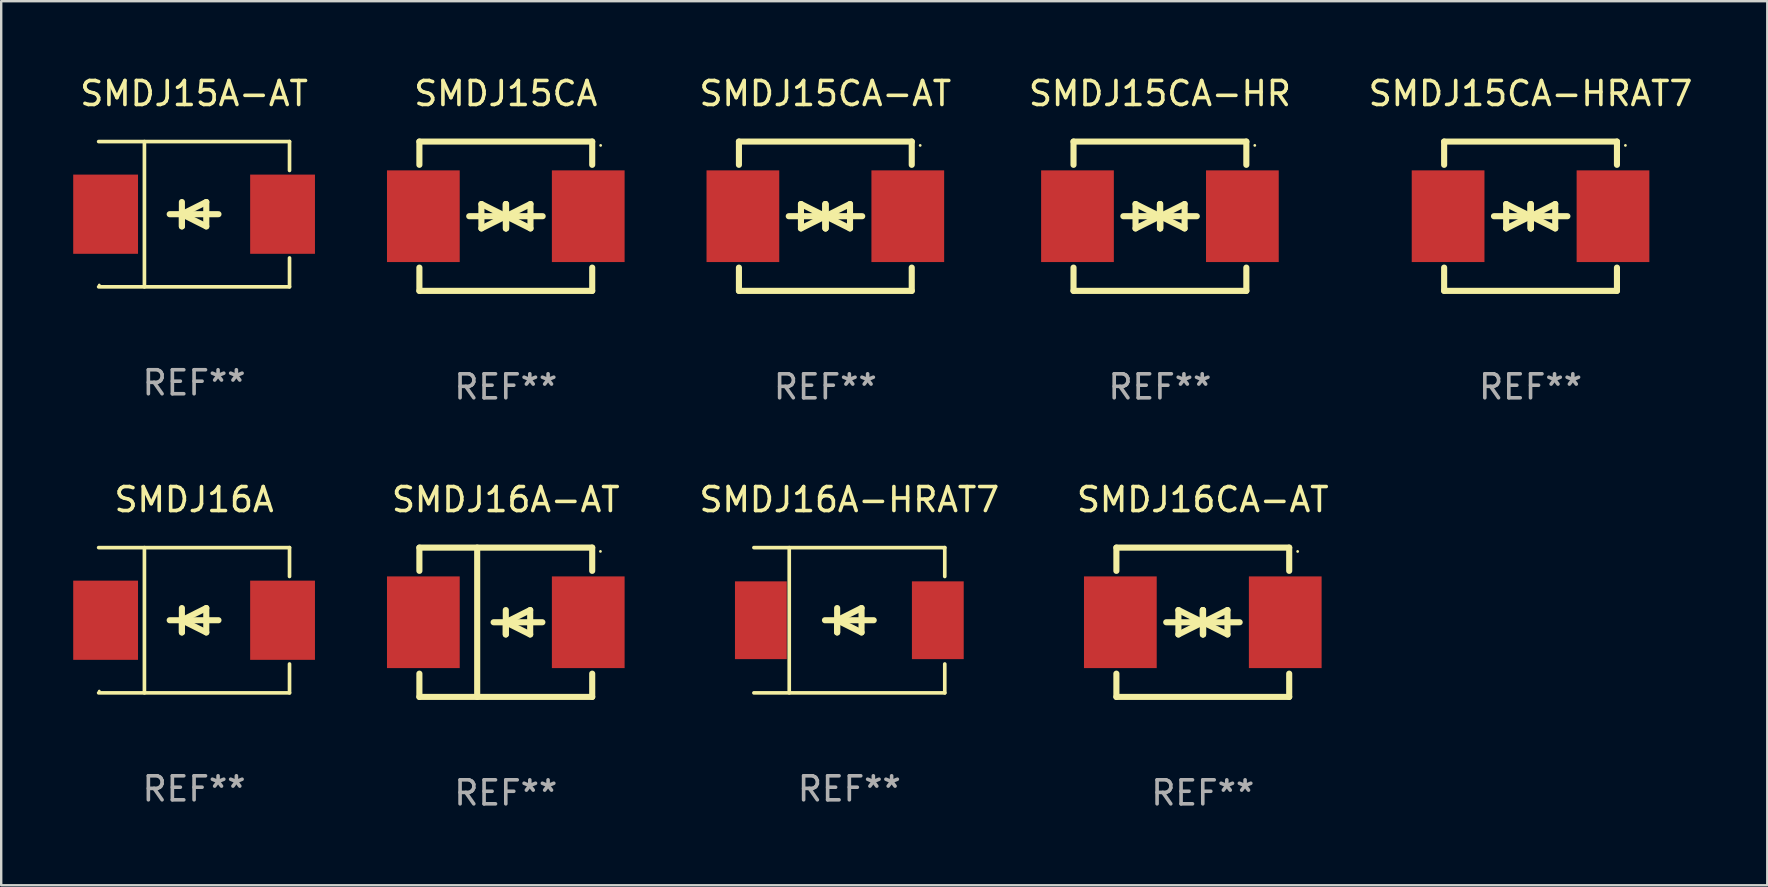
<source format=kicad_pcb>
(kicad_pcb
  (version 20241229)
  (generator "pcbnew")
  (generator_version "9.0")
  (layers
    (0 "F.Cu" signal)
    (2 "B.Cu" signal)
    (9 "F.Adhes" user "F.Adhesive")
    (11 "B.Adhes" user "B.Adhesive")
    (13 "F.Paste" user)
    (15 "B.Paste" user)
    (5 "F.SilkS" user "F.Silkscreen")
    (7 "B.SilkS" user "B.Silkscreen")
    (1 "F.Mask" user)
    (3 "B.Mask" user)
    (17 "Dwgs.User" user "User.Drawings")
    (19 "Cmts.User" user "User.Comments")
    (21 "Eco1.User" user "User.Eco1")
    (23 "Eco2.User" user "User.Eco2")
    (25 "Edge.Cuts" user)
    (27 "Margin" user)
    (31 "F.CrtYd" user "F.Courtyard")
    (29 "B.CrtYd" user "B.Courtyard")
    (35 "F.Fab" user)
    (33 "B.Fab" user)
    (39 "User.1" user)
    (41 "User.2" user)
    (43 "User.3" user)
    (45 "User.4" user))
  (footprint "SMDJ15CA"
    (layer "F.Cu")
    (at 18.023 5.958)
    (property "Reference" "SMDJ15CA" (at 0 -5.11 0) (layer "F.SilkS") (effects (font (size 1 1) (thickness 0.15))))
    (attr through_hole)
    (fp_line (start -3.6 -2.141) (end -3.6 -3.11) (stroke (width 0.254) (type solid)) (layer "F.SilkS"))
    (fp_line (start -3.6 3.11) (end -3.6 2.141) (stroke (width 0.254) (type solid)) (layer "F.SilkS"))
    (fp_line (start -1.524 0) (end 0.508 0) (stroke (width 0.254) (type solid)) (layer "F.SilkS"))
    (fp_line (start -1.016 -0.508) (end -1.016 0.508) (stroke (width 0.254) (type solid)) (layer "F.SilkS"))
    (fp_line (start -1.016 0.508) (end 0 0) (stroke (width 0.254) (type solid)) (layer "F.SilkS"))
    (fp_line (start 0 -0.508) (end 0 0.508) (stroke (width 0.254) (type solid)) (layer "F.SilkS"))
    (fp_line (start 0 0) (end -1.016 -0.508) (stroke (width 0.254) (type solid)) (layer "F.SilkS"))
    (fp_line (start 0 0) (end 0 -0.508) (stroke (width 0.254) (type solid)) (layer "F.SilkS"))
    (fp_line (start 0.012 0) (end 0.012 0.508) (stroke (width 0.254) (type solid)) (layer "F.SilkS"))
    (fp_line (start 0.012 0) (end 1.028 0.508) (stroke (width 0.254) (type solid)) (layer "F.SilkS"))
    (fp_line (start 0.012 0.508) (end 0.012 -0.508) (stroke (width 0.254) (type solid)) (layer "F.SilkS"))
    (fp_line (start 1.028 -0.508) (end 0.012 0) (stroke (width 0.254) (type solid)) (layer "F.SilkS"))
    (fp_line (start 1.028 0.508) (end 1.028 -0.508) (stroke (width 0.254) (type solid)) (layer "F.SilkS"))
    (fp_line (start 1.536 0) (end -0.496 0) (stroke (width 0.254) (type solid)) (layer "F.SilkS"))
    (fp_line (start 3.6 -3.11) (end -3.6 -3.11) (stroke (width 0.254) (type solid)) (layer "F.SilkS"))
    (fp_line (start 3.6 -2.141) (end 3.6 -3.11) (stroke (width 0.254) (type solid)) (layer "F.SilkS"))
    (fp_line (start 3.6 3.11) (end -3.6 3.11) (stroke (width 0.254) (type solid)) (layer "F.SilkS"))
    (fp_line (start 3.6 3.11) (end 3.6 2.141) (stroke (width 0.254) (type solid)) (layer "F.SilkS"))
    (fp_circle (center 3.952 -2.95) (end 3.982 -2.95) (stroke (width 0.06) (type solid)) (fill no) (layer "F.SilkS"))
    (fp_text user "REF**" (at 0 7.11 0) (layer "F.Fab") (effects (font (size 1 1) (thickness 0.15))))
    (pad "1" smd rect (at 3.435 0) (size 3.03 3.82) (layers "F.Cu" "F.Mask" "F.Paste"))
    (pad "2" smd rect (at -3.435 0) (size 3.03 3.82) (layers "F.Cu" "F.Mask" "F.Paste")))
  (footprint "SMDJ16CA-AT"
    (layer "F.Cu")
    (at 47.062 22.875)
    (property "Reference" "SMDJ16CA-AT" (at 0 -5.11 0) (layer "F.SilkS") (effects (font (size 1 1) (thickness 0.15))))
    (attr through_hole)
    (fp_line (start -3.6 -2.141) (end -3.6 -3.11) (stroke (width 0.254) (type solid)) (layer "F.SilkS"))
    (fp_line (start -3.6 3.11) (end -3.6 2.141) (stroke (width 0.254) (type solid)) (layer "F.SilkS"))
    (fp_line (start -1.524 0) (end 0.508 0) (stroke (width 0.254) (type solid)) (layer "F.SilkS"))
    (fp_line (start -1.016 -0.508) (end -1.016 0.508) (stroke (width 0.254) (type solid)) (layer "F.SilkS"))
    (fp_line (start -1.016 0.508) (end 0 0) (stroke (width 0.254) (type solid)) (layer "F.SilkS"))
    (fp_line (start 0 -0.508) (end 0 0.508) (stroke (width 0.254) (type solid)) (layer "F.SilkS"))
    (fp_line (start 0 0) (end -1.016 -0.508) (stroke (width 0.254) (type solid)) (layer "F.SilkS"))
    (fp_line (start 0 0) (end 0 -0.508) (stroke (width 0.254) (type solid)) (layer "F.SilkS"))
    (fp_line (start 0.012 0) (end 0.012 0.508) (stroke (width 0.254) (type solid)) (layer "F.SilkS"))
    (fp_line (start 0.012 0) (end 1.028 0.508) (stroke (width 0.254) (type solid)) (layer "F.SilkS"))
    (fp_line (start 0.012 0.508) (end 0.012 -0.508) (stroke (width 0.254) (type solid)) (layer "F.SilkS"))
    (fp_line (start 1.028 -0.508) (end 0.012 0) (stroke (width 0.254) (type solid)) (layer "F.SilkS"))
    (fp_line (start 1.028 0.508) (end 1.028 -0.508) (stroke (width 0.254) (type solid)) (layer "F.SilkS"))
    (fp_line (start 1.536 0) (end -0.496 0) (stroke (width 0.254) (type solid)) (layer "F.SilkS"))
    (fp_line (start 3.6 -3.11) (end -3.6 -3.11) (stroke (width 0.254) (type solid)) (layer "F.SilkS"))
    (fp_line (start 3.6 -2.141) (end 3.6 -3.11) (stroke (width 0.254) (type solid)) (layer "F.SilkS"))
    (fp_line (start 3.6 3.11) (end -3.6 3.11) (stroke (width 0.254) (type solid)) (layer "F.SilkS"))
    (fp_line (start 3.6 3.11) (end 3.6 2.141) (stroke (width 0.254) (type solid)) (layer "F.SilkS"))
    (fp_circle (center 3.952 -2.95) (end 3.982 -2.95) (stroke (width 0.06) (type solid)) (fill no) (layer "F.SilkS"))
    (fp_text user "REF**" (at 0 7.11 0) (layer "F.Fab") (effects (font (size 1 1) (thickness 0.15))))
    (pad "1" smd rect (at 3.435 0) (size 3.03 3.82) (layers "F.Cu" "F.Mask" "F.Paste"))
    (pad "2" smd rect (at -3.435 0) (size 3.03 3.82) (layers "F.Cu" "F.Mask" "F.Paste")))
  (footprint "SMDJ16A-HRAT7"
    (layer "F.Cu")
    (at 32.336 22.791)
    (property "Reference" "SMDJ16A-HRAT7" (at 0 -5.026 0) (layer "F.SilkS") (effects (font (size 1 1) (thickness 0.15))))
    (attr through_hole)
    (fp_line (start -3.976 -3.026) (end 3.976 -3.026) (stroke (width 0.152) (type solid)) (layer "F.SilkS"))
    (fp_line (start -3.976 3.026) (end 3.976 3.026) (stroke (width 0.152) (type solid)) (layer "F.SilkS"))
    (fp_line (start -2.504 -3.026) (end -2.504 3.026) (stroke (width 0.152) (type solid)) (layer "F.SilkS"))
    (fp_line (start -0.508 0) (end -0.508 0.508) (stroke (width 0.254) (type solid)) (layer "F.SilkS"))
    (fp_line (start -0.508 0) (end 0.508 0.508) (stroke (width 0.254) (type solid)) (layer "F.SilkS"))
    (fp_line (start -0.508 0.508) (end -0.508 -0.508) (stroke (width 0.254) (type solid)) (layer "F.SilkS"))
    (fp_line (start 0.508 -0.508) (end -0.508 0) (stroke (width 0.254) (type solid)) (layer "F.SilkS"))
    (fp_line (start 0.508 0.508) (end 0.508 -0.508) (stroke (width 0.254) (type solid)) (layer "F.SilkS"))
    (fp_line (start 1.016 0) (end -1.016 0) (stroke (width 0.254) (type solid)) (layer "F.SilkS"))
    (fp_line (start 3.976 -3.026) (end 3.976 -1.823) (stroke (width 0.152) (type solid)) (layer "F.SilkS"))
    (fp_line (start 3.976 3.026) (end 3.976 1.823) (stroke (width 0.152) (type solid)) (layer "F.SilkS"))
    (fp_circle (center 3.95 -2.95) (end 3.98 -2.95) (stroke (width 0.06) (type solid)) (fill no) (layer "F.SilkS"))
    (fp_text user "REF**" (at 0 7.026 0) (layer "F.Fab") (effects (font (size 1 1) (thickness 0.15))))
    (pad "1" smd rect (at 3.686 0 180) (size 2.158 3.24) (layers "F.Cu" "F.Mask" "F.Paste"))
    (pad "2" smd rect (at -3.686 0 180) (size 2.158 3.24) (layers "F.Cu" "F.Mask" "F.Paste")))
  (footprint "SMDJ16A-AT"
    (layer "F.Cu")
    (at 18.023 22.875)
    (property "Reference" "SMDJ16A-AT" (at 0 -5.11 0) (layer "F.SilkS") (effects (font (size 1 1) (thickness 0.15))))
    (attr through_hole)
    (fp_line (start -3.6 -3.11) (end -3.6 -2.141) (stroke (width 0.254) (type solid)) (layer "F.SilkS"))
    (fp_line (start -3.6 -3.11) (end 3.6 -3.11) (stroke (width 0.254) (type solid)) (layer "F.SilkS"))
    (fp_line (start -3.6 2.141) (end -3.6 3.11) (stroke (width 0.254) (type solid)) (layer "F.SilkS"))
    (fp_line (start -3.6 3.11) (end 3.6 3.11) (stroke (width 0.254) (type solid)) (layer "F.SilkS"))
    (fp_line (start -1.192 -3.11) (end -1.192 3.11) (stroke (width 0.254) (type solid)) (layer "F.SilkS"))
    (fp_line (start 0 0) (end 0 0.508) (stroke (width 0.254) (type solid)) (layer "F.SilkS"))
    (fp_line (start 0 0) (end 1.016 0.508) (stroke (width 0.254) (type solid)) (layer "F.SilkS"))
    (fp_line (start 0 0.508) (end 0 -0.508) (stroke (width 0.254) (type solid)) (layer "F.SilkS"))
    (fp_line (start 1.016 -0.508) (end 0 0) (stroke (width 0.254) (type solid)) (layer "F.SilkS"))
    (fp_line (start 1.016 0.508) (end 1.016 -0.508) (stroke (width 0.254) (type solid)) (layer "F.SilkS"))
    (fp_line (start 1.524 0) (end -0.508 0) (stroke (width 0.254) (type solid)) (layer "F.SilkS"))
    (fp_line (start 3.6 -3.11) (end 3.6 -2.141) (stroke (width 0.254) (type solid)) (layer "F.SilkS"))
    (fp_line (start 3.6 2.141) (end 3.6 3.11) (stroke (width 0.254) (type solid)) (layer "F.SilkS"))
    (fp_circle (center 3.943 -2.952) (end 3.973 -2.952) (stroke (width 0.06) (type solid)) (fill no) (layer "F.SilkS"))
    (fp_text user "REF**" (at 0 7.11 0) (layer "F.Fab") (effects (font (size 1 1) (thickness 0.15))))
    (pad "1" smd rect (at 3.435 0 180) (size 3.03 3.82) (layers "F.Cu" "F.Mask" "F.Paste"))
    (pad "2" smd rect (at -3.435 0 180) (size 3.03 3.82) (layers "F.Cu" "F.Mask" "F.Paste")))
  (footprint "SMDJ15CA-AT"
    (layer "F.Cu")
    (at 31.336 5.958)
    (property "Reference" "SMDJ15CA-AT" (at 0 -5.11 0) (layer "F.SilkS") (effects (font (size 1 1) (thickness 0.15))))
    (attr through_hole)
    (fp_line (start -3.6 -2.141) (end -3.6 -3.11) (stroke (width 0.254) (type solid)) (layer "F.SilkS"))
    (fp_line (start -3.6 3.11) (end -3.6 2.141) (stroke (width 0.254) (type solid)) (layer "F.SilkS"))
    (fp_line (start -1.524 0) (end 0.508 0) (stroke (width 0.254) (type solid)) (layer "F.SilkS"))
    (fp_line (start -1.016 -0.508) (end -1.016 0.508) (stroke (width 0.254) (type solid)) (layer "F.SilkS"))
    (fp_line (start -1.016 0.508) (end 0 0) (stroke (width 0.254) (type solid)) (layer "F.SilkS"))
    (fp_line (start 0 -0.508) (end 0 0.508) (stroke (width 0.254) (type solid)) (layer "F.SilkS"))
    (fp_line (start 0 0) (end -1.016 -0.508) (stroke (width 0.254) (type solid)) (layer "F.SilkS"))
    (fp_line (start 0 0) (end 0 -0.508) (stroke (width 0.254) (type solid)) (layer "F.SilkS"))
    (fp_line (start 0.012 0) (end 0.012 0.508) (stroke (width 0.254) (type solid)) (layer "F.SilkS"))
    (fp_line (start 0.012 0) (end 1.028 0.508) (stroke (width 0.254) (type solid)) (layer "F.SilkS"))
    (fp_line (start 0.012 0.508) (end 0.012 -0.508) (stroke (width 0.254) (type solid)) (layer "F.SilkS"))
    (fp_line (start 1.028 -0.508) (end 0.012 0) (stroke (width 0.254) (type solid)) (layer "F.SilkS"))
    (fp_line (start 1.028 0.508) (end 1.028 -0.508) (stroke (width 0.254) (type solid)) (layer "F.SilkS"))
    (fp_line (start 1.536 0) (end -0.496 0) (stroke (width 0.254) (type solid)) (layer "F.SilkS"))
    (fp_line (start 3.6 -3.11) (end -3.6 -3.11) (stroke (width 0.254) (type solid)) (layer "F.SilkS"))
    (fp_line (start 3.6 -2.141) (end 3.6 -3.11) (stroke (width 0.254) (type solid)) (layer "F.SilkS"))
    (fp_line (start 3.6 3.11) (end -3.6 3.11) (stroke (width 0.254) (type solid)) (layer "F.SilkS"))
    (fp_line (start 3.6 3.11) (end 3.6 2.141) (stroke (width 0.254) (type solid)) (layer "F.SilkS"))
    (fp_circle (center 3.952 -2.95) (end 3.982 -2.95) (stroke (width 0.06) (type solid)) (fill no) (layer "F.SilkS"))
    (fp_text user "REF**" (at 0 7.11 0) (layer "F.Fab") (effects (font (size 1 1) (thickness 0.15))))
    (pad "1" smd rect (at 3.435 0) (size 3.03 3.82) (layers "F.Cu" "F.Mask" "F.Paste"))
    (pad "2" smd rect (at -3.435 0) (size 3.03 3.82) (layers "F.Cu" "F.Mask" "F.Paste")))
  (footprint "SMDJ15CA-HRAT7"
    (layer "F.Cu")
    (at 60.717 5.958)
    (property "Reference" "SMDJ15CA-HRAT7" (at 0 -5.11 0) (layer "F.SilkS") (effects (font (size 1 1) (thickness 0.15))))
    (attr through_hole)
    (fp_line (start -3.6 -2.141) (end -3.6 -3.11) (stroke (width 0.254) (type solid)) (layer "F.SilkS"))
    (fp_line (start -3.6 3.11) (end -3.6 2.141) (stroke (width 0.254) (type solid)) (layer "F.SilkS"))
    (fp_line (start -1.524 0) (end 0.508 0) (stroke (width 0.254) (type solid)) (layer "F.SilkS"))
    (fp_line (start -1.016 -0.508) (end -1.016 0.508) (stroke (width 0.254) (type solid)) (layer "F.SilkS"))
    (fp_line (start -1.016 0.508) (end 0 0) (stroke (width 0.254) (type solid)) (layer "F.SilkS"))
    (fp_line (start 0 -0.508) (end 0 0.508) (stroke (width 0.254) (type solid)) (layer "F.SilkS"))
    (fp_line (start 0 0) (end -1.016 -0.508) (stroke (width 0.254) (type solid)) (layer "F.SilkS"))
    (fp_line (start 0 0) (end 0 -0.508) (stroke (width 0.254) (type solid)) (layer "F.SilkS"))
    (fp_line (start 0.012 0) (end 0.012 0.508) (stroke (width 0.254) (type solid)) (layer "F.SilkS"))
    (fp_line (start 0.012 0) (end 1.028 0.508) (stroke (width 0.254) (type solid)) (layer "F.SilkS"))
    (fp_line (start 0.012 0.508) (end 0.012 -0.508) (stroke (width 0.254) (type solid)) (layer "F.SilkS"))
    (fp_line (start 1.028 -0.508) (end 0.012 0) (stroke (width 0.254) (type solid)) (layer "F.SilkS"))
    (fp_line (start 1.028 0.508) (end 1.028 -0.508) (stroke (width 0.254) (type solid)) (layer "F.SilkS"))
    (fp_line (start 1.536 0) (end -0.496 0) (stroke (width 0.254) (type solid)) (layer "F.SilkS"))
    (fp_line (start 3.6 -3.11) (end -3.6 -3.11) (stroke (width 0.254) (type solid)) (layer "F.SilkS"))
    (fp_line (start 3.6 -2.141) (end 3.6 -3.11) (stroke (width 0.254) (type solid)) (layer "F.SilkS"))
    (fp_line (start 3.6 3.11) (end -3.6 3.11) (stroke (width 0.254) (type solid)) (layer "F.SilkS"))
    (fp_line (start 3.6 3.11) (end 3.6 2.141) (stroke (width 0.254) (type solid)) (layer "F.SilkS"))
    (fp_circle (center 3.952 -2.95) (end 3.982 -2.95) (stroke (width 0.06) (type solid)) (fill no) (layer "F.SilkS"))
    (fp_text user "REF**" (at 0 7.11 0) (layer "F.Fab") (effects (font (size 1 1) (thickness 0.15))))
    (pad "1" smd rect (at 3.435 0) (size 3.03 3.82) (layers "F.Cu" "F.Mask" "F.Paste"))
    (pad "2" smd rect (at -3.435 0) (size 3.03 3.82) (layers "F.Cu" "F.Mask" "F.Paste")))
  (footprint "SMDJ16A"
    (layer "F.Cu")
    (at 5.036 22.791)
    (property "Reference" "SMDJ16A" (at 0 -5.026 0) (layer "F.SilkS") (effects (font (size 1 1) (thickness 0.15))))
    (attr through_hole)
    (fp_line (start -3.976 -3.026) (end 3.976 -3.026) (stroke (width 0.152) (type solid)) (layer "F.SilkS"))
    (fp_line (start -3.976 3.026) (end 3.976 3.026) (stroke (width 0.152) (type solid)) (layer "F.SilkS"))
    (fp_line (start -2.069 -3.026) (end -2.069 3.026) (stroke (width 0.152) (type solid)) (layer "F.SilkS"))
    (fp_line (start -0.508 0) (end -0.508 0.508) (stroke (width 0.254) (type solid)) (layer "F.SilkS"))
    (fp_line (start -0.508 0) (end 0.508 0.508) (stroke (width 0.254) (type solid)) (layer "F.SilkS"))
    (fp_line (start -0.508 0.508) (end -0.508 -0.508) (stroke (width 0.254) (type solid)) (layer "F.SilkS"))
    (fp_line (start 0.508 -0.508) (end -0.508 0) (stroke (width 0.254) (type solid)) (layer "F.SilkS"))
    (fp_line (start 0.508 0.508) (end 0.508 -0.508) (stroke (width 0.254) (type solid)) (layer "F.SilkS"))
    (fp_line (start 1.016 0) (end -1.016 0) (stroke (width 0.254) (type solid)) (layer "F.SilkS"))
    (fp_line (start 3.976 -3.026) (end 3.976 -1.823) (stroke (width 0.152) (type solid)) (layer "F.SilkS"))
    (fp_line (start 3.976 3.026) (end 3.976 1.823) (stroke (width 0.152) (type solid)) (layer "F.SilkS"))
    (fp_circle (center -3.95 2.95) (end -3.92 2.95) (stroke (width 0.06) (type solid)) (fill no) (layer "F.SilkS"))
    (fp_text user "REF**" (at 0 7.026 0) (layer "F.Fab") (effects (font (size 1 1) (thickness 0.15))))
    (pad "1" smd rect (at -3.686 0) (size 2.7 3.3) (layers "F.Cu" "F.Mask" "F.Paste"))
    (pad "2" smd rect (at 3.686 0) (size 2.7 3.3) (layers "F.Cu" "F.Mask" "F.Paste")))
  (footprint "SMDJ15A-AT"
    (layer "F.Cu")
    (at 5.036 5.874)
    (property "Reference" "SMDJ15A-AT" (at 0 -5.026 0) (layer "F.SilkS") (effects (font (size 1 1) (thickness 0.15))))
    (attr through_hole)
    (fp_line (start -3.976 -3.026) (end 3.976 -3.026) (stroke (width 0.152) (type solid)) (layer "F.SilkS"))
    (fp_line (start -3.976 3.026) (end 3.976 3.026) (stroke (width 0.152) (type solid)) (layer "F.SilkS"))
    (fp_line (start -2.069 -3.026) (end -2.069 3.026) (stroke (width 0.152) (type solid)) (layer "F.SilkS"))
    (fp_line (start -0.508 0) (end -0.508 0.508) (stroke (width 0.254) (type solid)) (layer "F.SilkS"))
    (fp_line (start -0.508 0) (end 0.508 0.508) (stroke (width 0.254) (type solid)) (layer "F.SilkS"))
    (fp_line (start -0.508 0.508) (end -0.508 -0.508) (stroke (width 0.254) (type solid)) (layer "F.SilkS"))
    (fp_line (start 0.508 -0.508) (end -0.508 0) (stroke (width 0.254) (type solid)) (layer "F.SilkS"))
    (fp_line (start 0.508 0.508) (end 0.508 -0.508) (stroke (width 0.254) (type solid)) (layer "F.SilkS"))
    (fp_line (start 1.016 0) (end -1.016 0) (stroke (width 0.254) (type solid)) (layer "F.SilkS"))
    (fp_line (start 3.976 -3.026) (end 3.976 -1.823) (stroke (width 0.152) (type solid)) (layer "F.SilkS"))
    (fp_line (start 3.976 3.026) (end 3.976 1.823) (stroke (width 0.152) (type solid)) (layer "F.SilkS"))
    (fp_circle (center -3.95 2.95) (end -3.92 2.95) (stroke (width 0.06) (type solid)) (fill no) (layer "F.SilkS"))
    (fp_text user "REF**" (at 0 7.026 0) (layer "F.Fab") (effects (font (size 1 1) (thickness 0.15))))
    (pad "1" smd rect (at -3.686 0) (size 2.7 3.3) (layers "F.Cu" "F.Mask" "F.Paste"))
    (pad "2" smd rect (at 3.686 0) (size 2.7 3.3) (layers "F.Cu" "F.Mask" "F.Paste")))
  (footprint "SMDJ15CA-HR"
    (layer "F.Cu")
    (at 45.276 5.958)
    (property "Reference" "SMDJ15CA-HR" (at 0 -5.11 0) (layer "F.SilkS") (effects (font (size 1 1) (thickness 0.15))))
    (attr through_hole)
    (fp_line (start -3.6 -2.141) (end -3.6 -3.11) (stroke (width 0.254) (type solid)) (layer "F.SilkS"))
    (fp_line (start -3.6 3.11) (end -3.6 2.141) (stroke (width 0.254) (type solid)) (layer "F.SilkS"))
    (fp_line (start -1.524 0) (end 0.508 0) (stroke (width 0.254) (type solid)) (layer "F.SilkS"))
    (fp_line (start -1.016 -0.508) (end -1.016 0.508) (stroke (width 0.254) (type solid)) (layer "F.SilkS"))
    (fp_line (start -1.016 0.508) (end 0 0) (stroke (width 0.254) (type solid)) (layer "F.SilkS"))
    (fp_line (start 0 -0.508) (end 0 0.508) (stroke (width 0.254) (type solid)) (layer "F.SilkS"))
    (fp_line (start 0 0) (end -1.016 -0.508) (stroke (width 0.254) (type solid)) (layer "F.SilkS"))
    (fp_line (start 0 0) (end 0 -0.508) (stroke (width 0.254) (type solid)) (layer "F.SilkS"))
    (fp_line (start 0.012 0) (end 0.012 0.508) (stroke (width 0.254) (type solid)) (layer "F.SilkS"))
    (fp_line (start 0.012 0) (end 1.028 0.508) (stroke (width 0.254) (type solid)) (layer "F.SilkS"))
    (fp_line (start 0.012 0.508) (end 0.012 -0.508) (stroke (width 0.254) (type solid)) (layer "F.SilkS"))
    (fp_line (start 1.028 -0.508) (end 0.012 0) (stroke (width 0.254) (type solid)) (layer "F.SilkS"))
    (fp_line (start 1.028 0.508) (end 1.028 -0.508) (stroke (width 0.254) (type solid)) (layer "F.SilkS"))
    (fp_line (start 1.536 0) (end -0.496 0) (stroke (width 0.254) (type solid)) (layer "F.SilkS"))
    (fp_line (start 3.6 -3.11) (end -3.6 -3.11) (stroke (width 0.254) (type solid)) (layer "F.SilkS"))
    (fp_line (start 3.6 -2.141) (end 3.6 -3.11) (stroke (width 0.254) (type solid)) (layer "F.SilkS"))
    (fp_line (start 3.6 3.11) (end -3.6 3.11) (stroke (width 0.254) (type solid)) (layer "F.SilkS"))
    (fp_line (start 3.6 3.11) (end 3.6 2.141) (stroke (width 0.254) (type solid)) (layer "F.SilkS"))
    (fp_circle (center 3.952 -2.95) (end 3.982 -2.95) (stroke (width 0.06) (type solid)) (fill no) (layer "F.SilkS"))
    (fp_text user "REF**" (at 0 7.11 0) (layer "F.Fab") (effects (font (size 1 1) (thickness 0.15))))
    (pad "1" smd rect (at 3.435 0) (size 3.03 3.82) (layers "F.Cu" "F.Mask" "F.Paste"))
    (pad "2" smd rect (at -3.435 0) (size 3.03 3.82) (layers "F.Cu" "F.Mask" "F.Paste")))
  (gr_rect
    (start -3 -3)
    (end 70.58 33.833)
    (stroke (width 0.1) (type default))
    (fill no)
    (layer "Edge.Cuts")))
</source>
